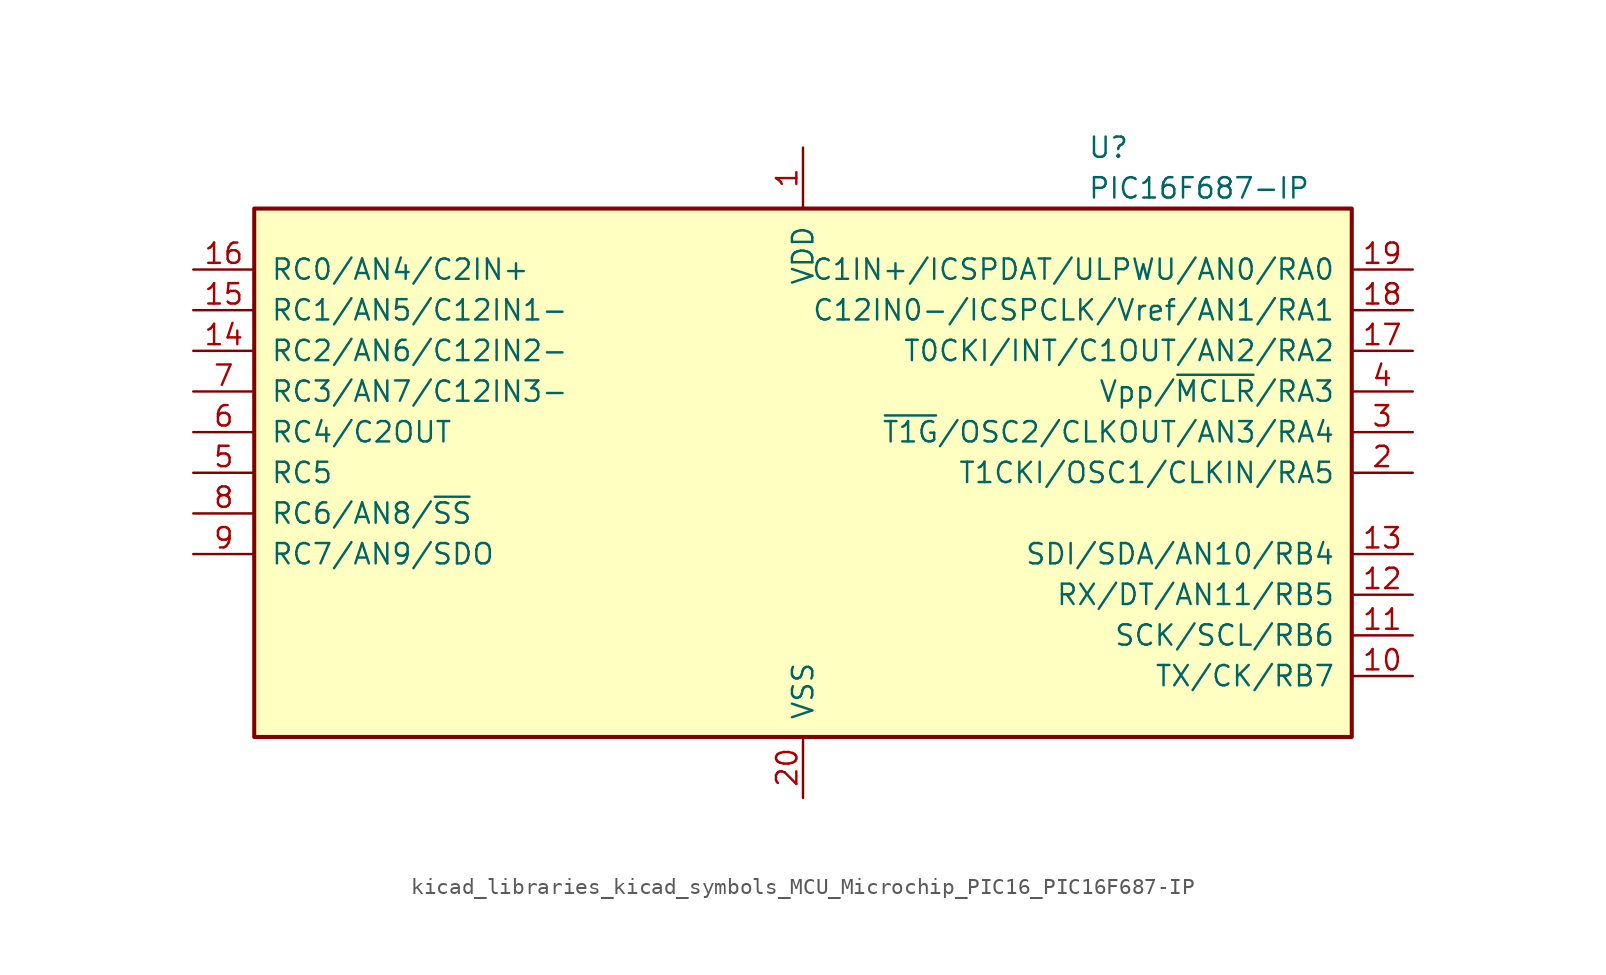
<source format=kicad_sym>
(kicad_symbol_lib
  (version 20220914)
  (generator kicad_symbol_editor)
  (symbol "kicad_libraries_kicad_symbols_MCU_Microchip_PIC16_PIC16F687-IP"
    (pin_names
      (offset 1.016))
    (property "Reference" "U"
      (at 17.78 20.32 0)
      (effects (font (size 1.27 1.27)) (justify left)))
    (property "Value" "PIC16F687-IP"
      (at 17.78 17.78 0)
      (effects (font (size 1.27 1.27)) (justify left)))
    (symbol "kicad_libraries_kicad_symbols_MCU_Microchip_PIC16_PIC16F687-IP_0_1"
      (rectangle (start -34.29 16.51) (end 34.29 -16.51) (stroke (width 0.254) (type default)) (fill (type background))))
    (symbol "kicad_libraries_kicad_symbols_MCU_Microchip_PIC16_PIC16F687-IP_1_1"
      (pin power_in line (at 0 20.32 270) (length 3.81) (name "VDD" (effects (font (size 1.27 1.27)))) (number "1" (effects (font (size 1.27 1.27)))))
      (pin bidirectional line (at 38.1 -12.7 180) (length 3.81) (name "TX/CK/RB7" (effects (font (size 1.27 1.27)))) (number "10" (effects (font (size 1.27 1.27)))))
      (pin bidirectional line (at 38.1 -10.16 180) (length 3.81) (name "SCK/SCL/RB6" (effects (font (size 1.27 1.27)))) (number "11" (effects (font (size 1.27 1.27)))))
      (pin bidirectional line (at 38.1 -7.62 180) (length 3.81) (name "RX/DT/AN11/RB5" (effects (font (size 1.27 1.27)))) (number "12" (effects (font (size 1.27 1.27)))))
      (pin bidirectional line (at 38.1 -5.08 180) (length 3.81) (name "SDI/SDA/AN10/RB4" (effects (font (size 1.27 1.27)))) (number "13" (effects (font (size 1.27 1.27)))))
      (pin bidirectional line (at -38.1 7.62 0) (length 3.81) (name "RC2/AN6/C12IN2-" (effects (font (size 1.27 1.27)))) (number "14" (effects (font (size 1.27 1.27)))))
      (pin bidirectional line (at -38.1 10.16 0) (length 3.81) (name "RC1/AN5/C12IN1-" (effects (font (size 1.27 1.27)))) (number "15" (effects (font (size 1.27 1.27)))))
      (pin bidirectional line (at -38.1 12.7 0) (length 3.81) (name "RC0/AN4/C2IN+" (effects (font (size 1.27 1.27)))) (number "16" (effects (font (size 1.27 1.27)))))
      (pin bidirectional line (at 38.1 7.62 180) (length 3.81) (name "T0CKI/INT/C1OUT/AN2/RA2" (effects (font (size 1.27 1.27)))) (number "17" (effects (font (size 1.27 1.27)))))
      (pin bidirectional line (at 38.1 10.16 180) (length 3.81) (name "C12IN0-/ICSPCLK/Vref/AN1/RA1" (effects (font (size 1.27 1.27)))) (number "18" (effects (font (size 1.27 1.27)))))
      (pin bidirectional line (at 38.1 12.7 180) (length 3.81) (name "C1IN+/ICSPDAT/ULPWU/AN0/RA0" (effects (font (size 1.27 1.27)))) (number "19" (effects (font (size 1.27 1.27)))))
      (pin bidirectional line (at 38.1 0 180) (length 3.81) (name "T1CKI/OSC1/CLKIN/RA5" (effects (font (size 1.27 1.27)))) (number "2" (effects (font (size 1.27 1.27)))))
      (pin power_in line (at 0 -20.32 90) (length 3.81) (name "VSS" (effects (font (size 1.27 1.27)))) (number "20" (effects (font (size 1.27 1.27)))))
      (pin bidirectional line (at 38.1 2.54 180) (length 3.81) (name "~{T1G}/OSC2/CLKOUT/AN3/RA4" (effects (font (size 1.27 1.27)))) (number "3" (effects (font (size 1.27 1.27)))))
      (pin input line (at 38.1 5.08 180) (length 3.81) (name "Vpp/~{MCLR}/RA3" (effects (font (size 1.27 1.27)))) (number "4" (effects (font (size 1.27 1.27)))))
      (pin bidirectional line (at -38.1 0 0) (length 3.81) (name "RC5" (effects (font (size 1.27 1.27)))) (number "5" (effects (font (size 1.27 1.27)))))
      (pin bidirectional line (at -38.1 2.54 0) (length 3.81) (name "RC4/C2OUT" (effects (font (size 1.27 1.27)))) (number "6" (effects (font (size 1.27 1.27)))))
      (pin bidirectional line (at -38.1 5.08 0) (length 3.81) (name "RC3/AN7/C12IN3-" (effects (font (size 1.27 1.27)))) (number "7" (effects (font (size 1.27 1.27)))))
      (pin bidirectional line (at -38.1 -2.54 0) (length 3.81) (name "RC6/AN8/~{SS}" (effects (font (size 1.27 1.27)))) (number "8" (effects (font (size 1.27 1.27)))))
      (pin bidirectional line (at -38.1 -5.08 0) (length 3.81) (name "RC7/AN9/SDO" (effects (font (size 1.27 1.27)))) (number "9" (effects (font (size 1.27 1.27))))))))
</source>
